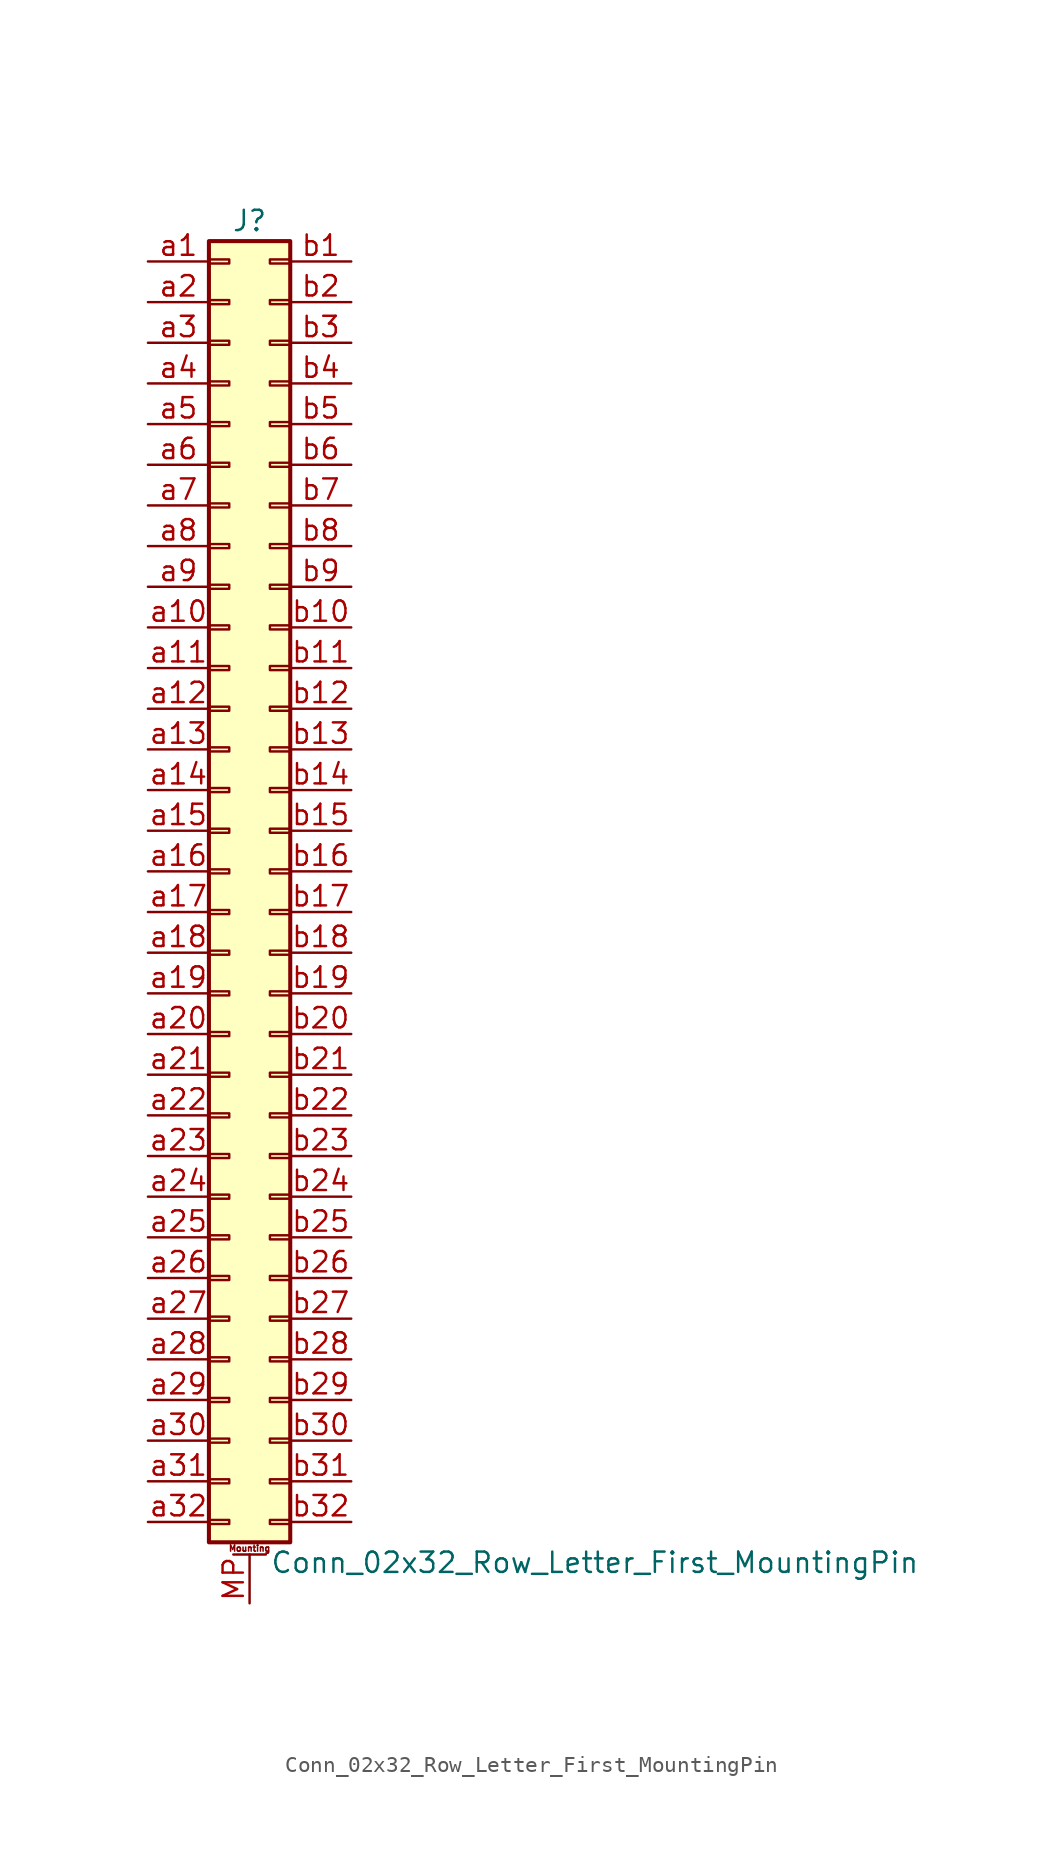
<source format=kicad_sym>
(kicad_symbol_lib
  (version 20211014)
  (generator kicad_symbol_editor)
  (symbol "Conn_02x32_Row_Letter_First_MountingPin"
    (pin_names
      (offset 1.016) hide)
    (property "Reference" "J"
      (at 1.27 40.64 0)
      (effects (font (size 1.27 1.27))))
    (property "Value" "Conn_02x32_Row_Letter_First_MountingPin"
      (at 2.54 -43.18 0)
      (effects (font (size 1.27 1.27)) (justify left)))
    (symbol "Conn_02x32_Row_Letter_First_MountingPin_1_1"
      (rectangle (start -1.27 -40.513) (end 0 -40.767) (stroke (width 0.152) (type default) (color 0 0 0 0)) (fill (type none)))
      (rectangle (start -1.27 -37.973) (end 0 -38.227) (stroke (width 0.152) (type default) (color 0 0 0 0)) (fill (type none)))
      (rectangle (start -1.27 -35.433) (end 0 -35.687) (stroke (width 0.152) (type default) (color 0 0 0 0)) (fill (type none)))
      (rectangle (start -1.27 -32.893) (end 0 -33.147) (stroke (width 0.152) (type default) (color 0 0 0 0)) (fill (type none)))
      (rectangle (start -1.27 -30.353) (end 0 -30.607) (stroke (width 0.152) (type default) (color 0 0 0 0)) (fill (type none)))
      (rectangle (start -1.27 -27.813) (end 0 -28.067) (stroke (width 0.152) (type default) (color 0 0 0 0)) (fill (type none)))
      (rectangle (start -1.27 -25.273) (end 0 -25.527) (stroke (width 0.152) (type default) (color 0 0 0 0)) (fill (type none)))
      (rectangle (start -1.27 -22.733) (end 0 -22.987) (stroke (width 0.152) (type default) (color 0 0 0 0)) (fill (type none)))
      (rectangle (start -1.27 -20.193) (end 0 -20.447) (stroke (width 0.152) (type default) (color 0 0 0 0)) (fill (type none)))
      (rectangle (start -1.27 -17.653) (end 0 -17.907) (stroke (width 0.152) (type default) (color 0 0 0 0)) (fill (type none)))
      (rectangle (start -1.27 -15.113) (end 0 -15.367) (stroke (width 0.152) (type default) (color 0 0 0 0)) (fill (type none)))
      (rectangle (start -1.27 -12.573) (end 0 -12.827) (stroke (width 0.152) (type default) (color 0 0 0 0)) (fill (type none)))
      (rectangle (start -1.27 -10.033) (end 0 -10.287) (stroke (width 0.152) (type default) (color 0 0 0 0)) (fill (type none)))
      (rectangle (start -1.27 -7.493) (end 0 -7.747) (stroke (width 0.152) (type default) (color 0 0 0 0)) (fill (type none)))
      (rectangle (start -1.27 -4.953) (end 0 -5.207) (stroke (width 0.152) (type default) (color 0 0 0 0)) (fill (type none)))
      (rectangle (start -1.27 -2.413) (end 0 -2.667) (stroke (width 0.152) (type default) (color 0 0 0 0)) (fill (type none)))
      (rectangle (start -1.27 0.127) (end 0 -0.127) (stroke (width 0.152) (type default) (color 0 0 0 0)) (fill (type none)))
      (rectangle (start -1.27 2.667) (end 0 2.413) (stroke (width 0.152) (type default) (color 0 0 0 0)) (fill (type none)))
      (rectangle (start -1.27 5.207) (end 0 4.953) (stroke (width 0.152) (type default) (color 0 0 0 0)) (fill (type none)))
      (rectangle (start -1.27 7.747) (end 0 7.493) (stroke (width 0.152) (type default) (color 0 0 0 0)) (fill (type none)))
      (rectangle (start -1.27 10.287) (end 0 10.033) (stroke (width 0.152) (type default) (color 0 0 0 0)) (fill (type none)))
      (rectangle (start -1.27 12.827) (end 0 12.573) (stroke (width 0.152) (type default) (color 0 0 0 0)) (fill (type none)))
      (rectangle (start -1.27 15.367) (end 0 15.113) (stroke (width 0.152) (type default) (color 0 0 0 0)) (fill (type none)))
      (rectangle (start -1.27 17.907) (end 0 17.653) (stroke (width 0.152) (type default) (color 0 0 0 0)) (fill (type none)))
      (rectangle (start -1.27 20.447) (end 0 20.193) (stroke (width 0.152) (type default) (color 0 0 0 0)) (fill (type none)))
      (rectangle (start -1.27 22.987) (end 0 22.733) (stroke (width 0.152) (type default) (color 0 0 0 0)) (fill (type none)))
      (rectangle (start -1.27 25.527) (end 0 25.273) (stroke (width 0.152) (type default) (color 0 0 0 0)) (fill (type none)))
      (rectangle (start -1.27 28.067) (end 0 27.813) (stroke (width 0.152) (type default) (color 0 0 0 0)) (fill (type none)))
      (rectangle (start -1.27 30.607) (end 0 30.353) (stroke (width 0.152) (type default) (color 0 0 0 0)) (fill (type none)))
      (rectangle (start -1.27 33.147) (end 0 32.893) (stroke (width 0.152) (type default) (color 0 0 0 0)) (fill (type none)))
      (rectangle (start -1.27 35.687) (end 0 35.433) (stroke (width 0.152) (type default) (color 0 0 0 0)) (fill (type none)))
      (rectangle (start -1.27 38.227) (end 0 37.973) (stroke (width 0.152) (type default) (color 0 0 0 0)) (fill (type none)))
      (rectangle (start -1.27 39.37) (end 3.81 -41.91) (stroke (width 0.254) (type default) (color 0 0 0 0)) (fill (type background)))
      (polyline (pts (xy 0.254 -42.672) (xy 2.286 -42.672)) (stroke (width 0.152) (type default) (color 0 0 0 0)) (fill (type none)))
      (rectangle (start 3.81 -40.513) (end 2.54 -40.767) (stroke (width 0.152) (type default) (color 0 0 0 0)) (fill (type none)))
      (rectangle (start 3.81 -37.973) (end 2.54 -38.227) (stroke (width 0.152) (type default) (color 0 0 0 0)) (fill (type none)))
      (rectangle (start 3.81 -35.433) (end 2.54 -35.687) (stroke (width 0.152) (type default) (color 0 0 0 0)) (fill (type none)))
      (rectangle (start 3.81 -32.893) (end 2.54 -33.147) (stroke (width 0.152) (type default) (color 0 0 0 0)) (fill (type none)))
      (rectangle (start 3.81 -30.353) (end 2.54 -30.607) (stroke (width 0.152) (type default) (color 0 0 0 0)) (fill (type none)))
      (rectangle (start 3.81 -27.813) (end 2.54 -28.067) (stroke (width 0.152) (type default) (color 0 0 0 0)) (fill (type none)))
      (rectangle (start 3.81 -25.273) (end 2.54 -25.527) (stroke (width 0.152) (type default) (color 0 0 0 0)) (fill (type none)))
      (rectangle (start 3.81 -22.733) (end 2.54 -22.987) (stroke (width 0.152) (type default) (color 0 0 0 0)) (fill (type none)))
      (rectangle (start 3.81 -20.193) (end 2.54 -20.447) (stroke (width 0.152) (type default) (color 0 0 0 0)) (fill (type none)))
      (rectangle (start 3.81 -17.653) (end 2.54 -17.907) (stroke (width 0.152) (type default) (color 0 0 0 0)) (fill (type none)))
      (rectangle (start 3.81 -15.113) (end 2.54 -15.367) (stroke (width 0.152) (type default) (color 0 0 0 0)) (fill (type none)))
      (rectangle (start 3.81 -12.573) (end 2.54 -12.827) (stroke (width 0.152) (type default) (color 0 0 0 0)) (fill (type none)))
      (rectangle (start 3.81 -10.033) (end 2.54 -10.287) (stroke (width 0.152) (type default) (color 0 0 0 0)) (fill (type none)))
      (rectangle (start 3.81 -7.493) (end 2.54 -7.747) (stroke (width 0.152) (type default) (color 0 0 0 0)) (fill (type none)))
      (rectangle (start 3.81 -4.953) (end 2.54 -5.207) (stroke (width 0.152) (type default) (color 0 0 0 0)) (fill (type none)))
      (rectangle (start 3.81 -2.413) (end 2.54 -2.667) (stroke (width 0.152) (type default) (color 0 0 0 0)) (fill (type none)))
      (rectangle (start 3.81 0.127) (end 2.54 -0.127) (stroke (width 0.152) (type default) (color 0 0 0 0)) (fill (type none)))
      (rectangle (start 3.81 2.667) (end 2.54 2.413) (stroke (width 0.152) (type default) (color 0 0 0 0)) (fill (type none)))
      (rectangle (start 3.81 5.207) (end 2.54 4.953) (stroke (width 0.152) (type default) (color 0 0 0 0)) (fill (type none)))
      (rectangle (start 3.81 7.747) (end 2.54 7.493) (stroke (width 0.152) (type default) (color 0 0 0 0)) (fill (type none)))
      (rectangle (start 3.81 10.287) (end 2.54 10.033) (stroke (width 0.152) (type default) (color 0 0 0 0)) (fill (type none)))
      (rectangle (start 3.81 12.827) (end 2.54 12.573) (stroke (width 0.152) (type default) (color 0 0 0 0)) (fill (type none)))
      (rectangle (start 3.81 15.367) (end 2.54 15.113) (stroke (width 0.152) (type default) (color 0 0 0 0)) (fill (type none)))
      (rectangle (start 3.81 17.907) (end 2.54 17.653) (stroke (width 0.152) (type default) (color 0 0 0 0)) (fill (type none)))
      (rectangle (start 3.81 20.447) (end 2.54 20.193) (stroke (width 0.152) (type default) (color 0 0 0 0)) (fill (type none)))
      (rectangle (start 3.81 22.987) (end 2.54 22.733) (stroke (width 0.152) (type default) (color 0 0 0 0)) (fill (type none)))
      (rectangle (start 3.81 25.527) (end 2.54 25.273) (stroke (width 0.152) (type default) (color 0 0 0 0)) (fill (type none)))
      (rectangle (start 3.81 28.067) (end 2.54 27.813) (stroke (width 0.152) (type default) (color 0 0 0 0)) (fill (type none)))
      (rectangle (start 3.81 30.607) (end 2.54 30.353) (stroke (width 0.152) (type default) (color 0 0 0 0)) (fill (type none)))
      (rectangle (start 3.81 33.147) (end 2.54 32.893) (stroke (width 0.152) (type default) (color 0 0 0 0)) (fill (type none)))
      (rectangle (start 3.81 35.687) (end 2.54 35.433) (stroke (width 0.152) (type default) (color 0 0 0 0)) (fill (type none)))
      (rectangle (start 3.81 38.227) (end 2.54 37.973) (stroke (width 0.152) (type default) (color 0 0 0 0)) (fill (type none)))
      (text "Mounting" (at 1.27 -42.291 0) (effects (font (size 0.381 0.381))))
      (pin passive line (at 1.27 -45.72 90) (length 3.048) (name "MountPin" (effects (font (size 1.27 1.27)))) (number "MP" (effects (font (size 1.27 1.27)))))
      (pin passive line (at -5.08 38.1 0) (length 3.81) (name "Pin_a1" (effects (font (size 1.27 1.27)))) (number "a1" (effects (font (size 1.27 1.27)))))
      (pin passive line (at -5.08 15.24 0) (length 3.81) (name "Pin_a10" (effects (font (size 1.27 1.27)))) (number "a10" (effects (font (size 1.27 1.27)))))
      (pin passive line (at -5.08 12.7 0) (length 3.81) (name "Pin_a11" (effects (font (size 1.27 1.27)))) (number "a11" (effects (font (size 1.27 1.27)))))
      (pin passive line (at -5.08 10.16 0) (length 3.81) (name "Pin_a12" (effects (font (size 1.27 1.27)))) (number "a12" (effects (font (size 1.27 1.27)))))
      (pin passive line (at -5.08 7.62 0) (length 3.81) (name "Pin_a13" (effects (font (size 1.27 1.27)))) (number "a13" (effects (font (size 1.27 1.27)))))
      (pin passive line (at -5.08 5.08 0) (length 3.81) (name "Pin_a14" (effects (font (size 1.27 1.27)))) (number "a14" (effects (font (size 1.27 1.27)))))
      (pin passive line (at -5.08 2.54 0) (length 3.81) (name "Pin_a15" (effects (font (size 1.27 1.27)))) (number "a15" (effects (font (size 1.27 1.27)))))
      (pin passive line (at -5.08 0 0) (length 3.81) (name "Pin_a16" (effects (font (size 1.27 1.27)))) (number "a16" (effects (font (size 1.27 1.27)))))
      (pin passive line (at -5.08 -2.54 0) (length 3.81) (name "Pin_a17" (effects (font (size 1.27 1.27)))) (number "a17" (effects (font (size 1.27 1.27)))))
      (pin passive line (at -5.08 -5.08 0) (length 3.81) (name "Pin_a18" (effects (font (size 1.27 1.27)))) (number "a18" (effects (font (size 1.27 1.27)))))
      (pin passive line (at -5.08 -7.62 0) (length 3.81) (name "Pin_a19" (effects (font (size 1.27 1.27)))) (number "a19" (effects (font (size 1.27 1.27)))))
      (pin passive line (at -5.08 35.56 0) (length 3.81) (name "Pin_a2" (effects (font (size 1.27 1.27)))) (number "a2" (effects (font (size 1.27 1.27)))))
      (pin passive line (at -5.08 -10.16 0) (length 3.81) (name "Pin_a20" (effects (font (size 1.27 1.27)))) (number "a20" (effects (font (size 1.27 1.27)))))
      (pin passive line (at -5.08 -12.7 0) (length 3.81) (name "Pin_a21" (effects (font (size 1.27 1.27)))) (number "a21" (effects (font (size 1.27 1.27)))))
      (pin passive line (at -5.08 -15.24 0) (length 3.81) (name "Pin_a22" (effects (font (size 1.27 1.27)))) (number "a22" (effects (font (size 1.27 1.27)))))
      (pin passive line (at -5.08 -17.78 0) (length 3.81) (name "Pin_a23" (effects (font (size 1.27 1.27)))) (number "a23" (effects (font (size 1.27 1.27)))))
      (pin passive line (at -5.08 -20.32 0) (length 3.81) (name "Pin_a24" (effects (font (size 1.27 1.27)))) (number "a24" (effects (font (size 1.27 1.27)))))
      (pin passive line (at -5.08 -22.86 0) (length 3.81) (name "Pin_a25" (effects (font (size 1.27 1.27)))) (number "a25" (effects (font (size 1.27 1.27)))))
      (pin passive line (at -5.08 -25.4 0) (length 3.81) (name "Pin_a26" (effects (font (size 1.27 1.27)))) (number "a26" (effects (font (size 1.27 1.27)))))
      (pin passive line (at -5.08 -27.94 0) (length 3.81) (name "Pin_a27" (effects (font (size 1.27 1.27)))) (number "a27" (effects (font (size 1.27 1.27)))))
      (pin passive line (at -5.08 -30.48 0) (length 3.81) (name "Pin_a28" (effects (font (size 1.27 1.27)))) (number "a28" (effects (font (size 1.27 1.27)))))
      (pin passive line (at -5.08 -33.02 0) (length 3.81) (name "Pin_a29" (effects (font (size 1.27 1.27)))) (number "a29" (effects (font (size 1.27 1.27)))))
      (pin passive line (at -5.08 33.02 0) (length 3.81) (name "Pin_a3" (effects (font (size 1.27 1.27)))) (number "a3" (effects (font (size 1.27 1.27)))))
      (pin passive line (at -5.08 -35.56 0) (length 3.81) (name "Pin_a30" (effects (font (size 1.27 1.27)))) (number "a30" (effects (font (size 1.27 1.27)))))
      (pin passive line (at -5.08 -38.1 0) (length 3.81) (name "Pin_a31" (effects (font (size 1.27 1.27)))) (number "a31" (effects (font (size 1.27 1.27)))))
      (pin passive line (at -5.08 -40.64 0) (length 3.81) (name "Pin_a32" (effects (font (size 1.27 1.27)))) (number "a32" (effects (font (size 1.27 1.27)))))
      (pin passive line (at -5.08 30.48 0) (length 3.81) (name "Pin_a4" (effects (font (size 1.27 1.27)))) (number "a4" (effects (font (size 1.27 1.27)))))
      (pin passive line (at -5.08 27.94 0) (length 3.81) (name "Pin_a5" (effects (font (size 1.27 1.27)))) (number "a5" (effects (font (size 1.27 1.27)))))
      (pin passive line (at -5.08 25.4 0) (length 3.81) (name "Pin_a6" (effects (font (size 1.27 1.27)))) (number "a6" (effects (font (size 1.27 1.27)))))
      (pin passive line (at -5.08 22.86 0) (length 3.81) (name "Pin_a7" (effects (font (size 1.27 1.27)))) (number "a7" (effects (font (size 1.27 1.27)))))
      (pin passive line (at -5.08 20.32 0) (length 3.81) (name "Pin_a8" (effects (font (size 1.27 1.27)))) (number "a8" (effects (font (size 1.27 1.27)))))
      (pin passive line (at -5.08 17.78 0) (length 3.81) (name "Pin_a9" (effects (font (size 1.27 1.27)))) (number "a9" (effects (font (size 1.27 1.27)))))
      (pin passive line (at 7.62 38.1 180) (length 3.81) (name "Pin_b1" (effects (font (size 1.27 1.27)))) (number "b1" (effects (font (size 1.27 1.27)))))
      (pin passive line (at 7.62 15.24 180) (length 3.81) (name "Pin_b10" (effects (font (size 1.27 1.27)))) (number "b10" (effects (font (size 1.27 1.27)))))
      (pin passive line (at 7.62 12.7 180) (length 3.81) (name "Pin_b11" (effects (font (size 1.27 1.27)))) (number "b11" (effects (font (size 1.27 1.27)))))
      (pin passive line (at 7.62 10.16 180) (length 3.81) (name "Pin_b12" (effects (font (size 1.27 1.27)))) (number "b12" (effects (font (size 1.27 1.27)))))
      (pin passive line (at 7.62 7.62 180) (length 3.81) (name "Pin_b13" (effects (font (size 1.27 1.27)))) (number "b13" (effects (font (size 1.27 1.27)))))
      (pin passive line (at 7.62 5.08 180) (length 3.81) (name "Pin_b14" (effects (font (size 1.27 1.27)))) (number "b14" (effects (font (size 1.27 1.27)))))
      (pin passive line (at 7.62 2.54 180) (length 3.81) (name "Pin_b15" (effects (font (size 1.27 1.27)))) (number "b15" (effects (font (size 1.27 1.27)))))
      (pin passive line (at 7.62 0 180) (length 3.81) (name "Pin_b16" (effects (font (size 1.27 1.27)))) (number "b16" (effects (font (size 1.27 1.27)))))
      (pin passive line (at 7.62 -2.54 180) (length 3.81) (name "Pin_b17" (effects (font (size 1.27 1.27)))) (number "b17" (effects (font (size 1.27 1.27)))))
      (pin passive line (at 7.62 -5.08 180) (length 3.81) (name "Pin_b18" (effects (font (size 1.27 1.27)))) (number "b18" (effects (font (size 1.27 1.27)))))
      (pin passive line (at 7.62 -7.62 180) (length 3.81) (name "Pin_b19" (effects (font (size 1.27 1.27)))) (number "b19" (effects (font (size 1.27 1.27)))))
      (pin passive line (at 7.62 35.56 180) (length 3.81) (name "Pin_b2" (effects (font (size 1.27 1.27)))) (number "b2" (effects (font (size 1.27 1.27)))))
      (pin passive line (at 7.62 -10.16 180) (length 3.81) (name "Pin_b20" (effects (font (size 1.27 1.27)))) (number "b20" (effects (font (size 1.27 1.27)))))
      (pin passive line (at 7.62 -12.7 180) (length 3.81) (name "Pin_b21" (effects (font (size 1.27 1.27)))) (number "b21" (effects (font (size 1.27 1.27)))))
      (pin passive line (at 7.62 -15.24 180) (length 3.81) (name "Pin_b22" (effects (font (size 1.27 1.27)))) (number "b22" (effects (font (size 1.27 1.27)))))
      (pin passive line (at 7.62 -17.78 180) (length 3.81) (name "Pin_b23" (effects (font (size 1.27 1.27)))) (number "b23" (effects (font (size 1.27 1.27)))))
      (pin passive line (at 7.62 -20.32 180) (length 3.81) (name "Pin_b24" (effects (font (size 1.27 1.27)))) (number "b24" (effects (font (size 1.27 1.27)))))
      (pin passive line (at 7.62 -22.86 180) (length 3.81) (name "Pin_b25" (effects (font (size 1.27 1.27)))) (number "b25" (effects (font (size 1.27 1.27)))))
      (pin passive line (at 7.62 -25.4 180) (length 3.81) (name "Pin_b26" (effects (font (size 1.27 1.27)))) (number "b26" (effects (font (size 1.27 1.27)))))
      (pin passive line (at 7.62 -27.94 180) (length 3.81) (name "Pin_b27" (effects (font (size 1.27 1.27)))) (number "b27" (effects (font (size 1.27 1.27)))))
      (pin passive line (at 7.62 -30.48 180) (length 3.81) (name "Pin_b28" (effects (font (size 1.27 1.27)))) (number "b28" (effects (font (size 1.27 1.27)))))
      (pin passive line (at 7.62 -33.02 180) (length 3.81) (name "Pin_b29" (effects (font (size 1.27 1.27)))) (number "b29" (effects (font (size 1.27 1.27)))))
      (pin passive line (at 7.62 33.02 180) (length 3.81) (name "Pin_b3" (effects (font (size 1.27 1.27)))) (number "b3" (effects (font (size 1.27 1.27)))))
      (pin passive line (at 7.62 -35.56 180) (length 3.81) (name "Pin_b30" (effects (font (size 1.27 1.27)))) (number "b30" (effects (font (size 1.27 1.27)))))
      (pin passive line (at 7.62 -38.1 180) (length 3.81) (name "Pin_b31" (effects (font (size 1.27 1.27)))) (number "b31" (effects (font (size 1.27 1.27)))))
      (pin passive line (at 7.62 -40.64 180) (length 3.81) (name "Pin_b32" (effects (font (size 1.27 1.27)))) (number "b32" (effects (font (size 1.27 1.27)))))
      (pin passive line (at 7.62 30.48 180) (length 3.81) (name "Pin_b4" (effects (font (size 1.27 1.27)))) (number "b4" (effects (font (size 1.27 1.27)))))
      (pin passive line (at 7.62 27.94 180) (length 3.81) (name "Pin_b5" (effects (font (size 1.27 1.27)))) (number "b5" (effects (font (size 1.27 1.27)))))
      (pin passive line (at 7.62 25.4 180) (length 3.81) (name "Pin_b6" (effects (font (size 1.27 1.27)))) (number "b6" (effects (font (size 1.27 1.27)))))
      (pin passive line (at 7.62 22.86 180) (length 3.81) (name "Pin_b7" (effects (font (size 1.27 1.27)))) (number "b7" (effects (font (size 1.27 1.27)))))
      (pin passive line (at 7.62 20.32 180) (length 3.81) (name "Pin_b8" (effects (font (size 1.27 1.27)))) (number "b8" (effects (font (size 1.27 1.27)))))
      (pin passive line (at 7.62 17.78 180) (length 3.81) (name "Pin_b9" (effects (font (size 1.27 1.27)))) (number "b9" (effects (font (size 1.27 1.27))))))))
</source>
